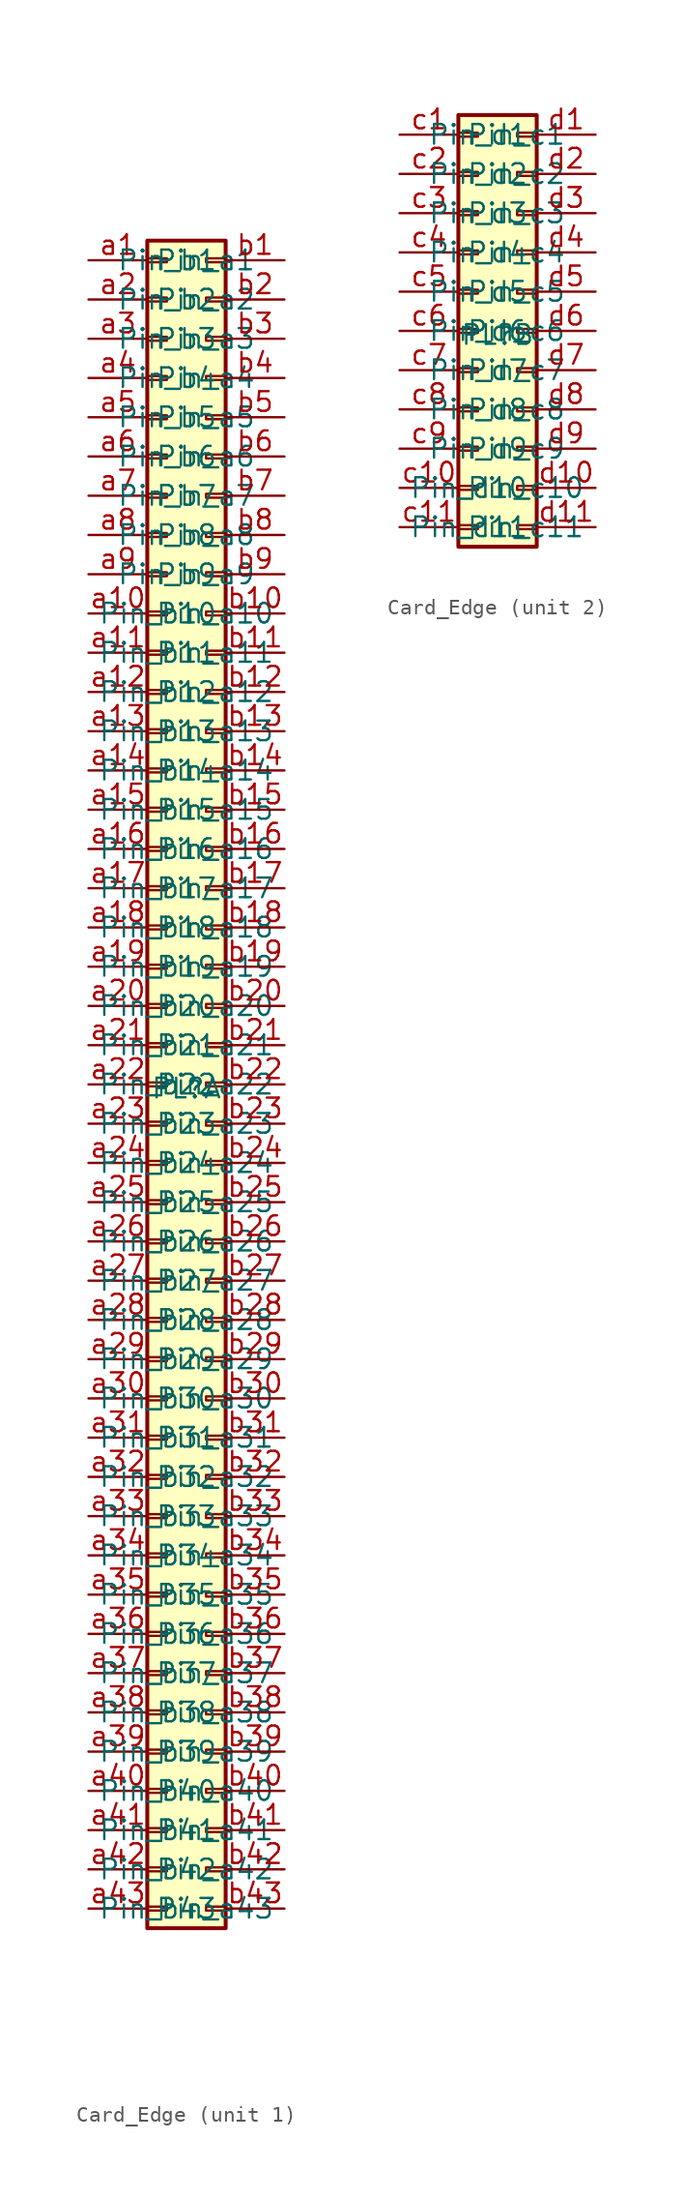
<source format=kicad_sym>
(kicad_symbol_lib
  (version 20231120)
  (generator "kicad_symbol_editor")
  (generator_version "8.0")
  (symbol "Card_Edge"
    (property "Reference" "PL"
      (at 0 -0.254 0)
      (effects (font (size 1.27 1.27))))
    (property "Value" ""
      (at 0 -1.27 0)
      (effects (font (size 1.27 1.27))))
    (property "ki_locked" ""
      (at 0 0 0)
      (effects (font (size 1.27 1.27))))
    (symbol "Card_Edge_1_1"
      (rectangle (start -2.54 -53.213) (end -1.27 -53.467) (stroke (width 0.152) (type default)) (fill (type none)))
      (rectangle (start -2.54 -50.673) (end -1.27 -50.927) (stroke (width 0.152) (type default)) (fill (type none)))
      (rectangle (start -2.54 -48.133) (end -1.27 -48.387) (stroke (width 0.152) (type default)) (fill (type none)))
      (rectangle (start -2.54 -45.593) (end -1.27 -45.847) (stroke (width 0.152) (type default)) (fill (type none)))
      (rectangle (start -2.54 -43.053) (end -1.27 -43.307) (stroke (width 0.152) (type default)) (fill (type none)))
      (rectangle (start -2.54 -40.513) (end -1.27 -40.767) (stroke (width 0.152) (type default)) (fill (type none)))
      (rectangle (start -2.54 -37.973) (end -1.27 -38.227) (stroke (width 0.152) (type default)) (fill (type none)))
      (rectangle (start -2.54 -35.433) (end -1.27 -35.687) (stroke (width 0.152) (type default)) (fill (type none)))
      (rectangle (start -2.54 -32.893) (end -1.27 -33.147) (stroke (width 0.152) (type default)) (fill (type none)))
      (rectangle (start -2.54 -30.353) (end -1.27 -30.607) (stroke (width 0.152) (type default)) (fill (type none)))
      (rectangle (start -2.54 -27.813) (end -1.27 -28.067) (stroke (width 0.152) (type default)) (fill (type none)))
      (rectangle (start -2.54 -25.273) (end -1.27 -25.527) (stroke (width 0.152) (type default)) (fill (type none)))
      (rectangle (start -2.54 -22.733) (end -1.27 -22.987) (stroke (width 0.152) (type default)) (fill (type none)))
      (rectangle (start -2.54 -20.193) (end -1.27 -20.447) (stroke (width 0.152) (type default)) (fill (type none)))
      (rectangle (start -2.54 -17.653) (end -1.27 -17.907) (stroke (width 0.152) (type default)) (fill (type none)))
      (rectangle (start -2.54 -15.113) (end -1.27 -15.367) (stroke (width 0.152) (type default)) (fill (type none)))
      (rectangle (start -2.54 -12.573) (end -1.27 -12.827) (stroke (width 0.152) (type default)) (fill (type none)))
      (rectangle (start -2.54 -10.033) (end -1.27 -10.287) (stroke (width 0.152) (type default)) (fill (type none)))
      (rectangle (start -2.54 -7.493) (end -1.27 -7.747) (stroke (width 0.152) (type default)) (fill (type none)))
      (rectangle (start -2.54 -4.953) (end -1.27 -5.207) (stroke (width 0.152) (type default)) (fill (type none)))
      (rectangle (start -2.54 -2.413) (end -1.27 -2.667) (stroke (width 0.152) (type default)) (fill (type none)))
      (rectangle (start -2.54 0.127) (end -1.27 -0.127) (stroke (width 0.152) (type default)) (fill (type none)))
      (rectangle (start -2.54 2.667) (end -1.27 2.413) (stroke (width 0.152) (type default)) (fill (type none)))
      (rectangle (start -2.54 5.207) (end -1.27 4.953) (stroke (width 0.152) (type default)) (fill (type none)))
      (rectangle (start -2.54 7.747) (end -1.27 7.493) (stroke (width 0.152) (type default)) (fill (type none)))
      (rectangle (start -2.54 10.287) (end -1.27 10.033) (stroke (width 0.152) (type default)) (fill (type none)))
      (rectangle (start -2.54 12.827) (end -1.27 12.573) (stroke (width 0.152) (type default)) (fill (type none)))
      (rectangle (start -2.54 15.367) (end -1.27 15.113) (stroke (width 0.152) (type default)) (fill (type none)))
      (rectangle (start -2.54 17.907) (end -1.27 17.653) (stroke (width 0.152) (type default)) (fill (type none)))
      (rectangle (start -2.54 20.447) (end -1.27 20.193) (stroke (width 0.152) (type default)) (fill (type none)))
      (rectangle (start -2.54 22.987) (end -1.27 22.733) (stroke (width 0.152) (type default)) (fill (type none)))
      (rectangle (start -2.54 25.527) (end -1.27 25.273) (stroke (width 0.152) (type default)) (fill (type none)))
      (rectangle (start -2.54 28.067) (end -1.27 27.813) (stroke (width 0.152) (type default)) (fill (type none)))
      (rectangle (start -2.54 30.607) (end -1.27 30.353) (stroke (width 0.152) (type default)) (fill (type none)))
      (rectangle (start -2.54 33.147) (end -1.27 32.893) (stroke (width 0.152) (type default)) (fill (type none)))
      (rectangle (start -2.54 35.687) (end -1.27 35.433) (stroke (width 0.152) (type default)) (fill (type none)))
      (rectangle (start -2.54 38.227) (end -1.27 37.973) (stroke (width 0.152) (type default)) (fill (type none)))
      (rectangle (start -2.54 40.767) (end -1.27 40.513) (stroke (width 0.152) (type default)) (fill (type none)))
      (rectangle (start -2.54 43.307) (end -1.27 43.053) (stroke (width 0.152) (type default)) (fill (type none)))
      (rectangle (start -2.54 45.847) (end -1.27 45.593) (stroke (width 0.152) (type default)) (fill (type none)))
      (rectangle (start -2.54 48.387) (end -1.27 48.133) (stroke (width 0.152) (type default)) (fill (type none)))
      (rectangle (start -2.54 50.927) (end -1.27 50.673) (stroke (width 0.152) (type default)) (fill (type none)))
      (rectangle (start -2.54 53.467) (end -1.27 53.213) (stroke (width 0.152) (type default)) (fill (type none)))
      (rectangle (start -2.54 54.61) (end 2.54 -54.61) (stroke (width 0.254) (type default)) (fill (type background)))
      (rectangle (start 2.54 -53.213) (end 1.27 -53.467) (stroke (width 0.152) (type default)) (fill (type none)))
      (rectangle (start 2.54 -50.673) (end 1.27 -50.927) (stroke (width 0.152) (type default)) (fill (type none)))
      (rectangle (start 2.54 -48.133) (end 1.27 -48.387) (stroke (width 0.152) (type default)) (fill (type none)))
      (rectangle (start 2.54 -45.593) (end 1.27 -45.847) (stroke (width 0.152) (type default)) (fill (type none)))
      (rectangle (start 2.54 -43.053) (end 1.27 -43.307) (stroke (width 0.152) (type default)) (fill (type none)))
      (rectangle (start 2.54 -40.513) (end 1.27 -40.767) (stroke (width 0.152) (type default)) (fill (type none)))
      (rectangle (start 2.54 -37.973) (end 1.27 -38.227) (stroke (width 0.152) (type default)) (fill (type none)))
      (rectangle (start 2.54 -35.433) (end 1.27 -35.687) (stroke (width 0.152) (type default)) (fill (type none)))
      (rectangle (start 2.54 -32.893) (end 1.27 -33.147) (stroke (width 0.152) (type default)) (fill (type none)))
      (rectangle (start 2.54 -30.353) (end 1.27 -30.607) (stroke (width 0.152) (type default)) (fill (type none)))
      (rectangle (start 2.54 -27.813) (end 1.27 -28.067) (stroke (width 0.152) (type default)) (fill (type none)))
      (rectangle (start 2.54 -25.273) (end 1.27 -25.527) (stroke (width 0.152) (type default)) (fill (type none)))
      (rectangle (start 2.54 -22.733) (end 1.27 -22.987) (stroke (width 0.152) (type default)) (fill (type none)))
      (rectangle (start 2.54 -20.193) (end 1.27 -20.447) (stroke (width 0.152) (type default)) (fill (type none)))
      (rectangle (start 2.54 -17.653) (end 1.27 -17.907) (stroke (width 0.152) (type default)) (fill (type none)))
      (rectangle (start 2.54 -15.113) (end 1.27 -15.367) (stroke (width 0.152) (type default)) (fill (type none)))
      (rectangle (start 2.54 -12.573) (end 1.27 -12.827) (stroke (width 0.152) (type default)) (fill (type none)))
      (rectangle (start 2.54 -10.033) (end 1.27 -10.287) (stroke (width 0.152) (type default)) (fill (type none)))
      (rectangle (start 2.54 -7.493) (end 1.27 -7.747) (stroke (width 0.152) (type default)) (fill (type none)))
      (rectangle (start 2.54 -4.953) (end 1.27 -5.207) (stroke (width 0.152) (type default)) (fill (type none)))
      (rectangle (start 2.54 -2.413) (end 1.27 -2.667) (stroke (width 0.152) (type default)) (fill (type none)))
      (rectangle (start 2.54 0.127) (end 1.27 -0.127) (stroke (width 0.152) (type default)) (fill (type none)))
      (rectangle (start 2.54 2.667) (end 1.27 2.413) (stroke (width 0.152) (type default)) (fill (type none)))
      (rectangle (start 2.54 5.207) (end 1.27 4.953) (stroke (width 0.152) (type default)) (fill (type none)))
      (rectangle (start 2.54 7.747) (end 1.27 7.493) (stroke (width 0.152) (type default)) (fill (type none)))
      (rectangle (start 2.54 10.287) (end 1.27 10.033) (stroke (width 0.152) (type default)) (fill (type none)))
      (rectangle (start 2.54 12.827) (end 1.27 12.573) (stroke (width 0.152) (type default)) (fill (type none)))
      (rectangle (start 2.54 15.367) (end 1.27 15.113) (stroke (width 0.152) (type default)) (fill (type none)))
      (rectangle (start 2.54 17.907) (end 1.27 17.653) (stroke (width 0.152) (type default)) (fill (type none)))
      (rectangle (start 2.54 20.447) (end 1.27 20.193) (stroke (width 0.152) (type default)) (fill (type none)))
      (rectangle (start 2.54 22.987) (end 1.27 22.733) (stroke (width 0.152) (type default)) (fill (type none)))
      (rectangle (start 2.54 25.527) (end 1.27 25.273) (stroke (width 0.152) (type default)) (fill (type none)))
      (rectangle (start 2.54 28.067) (end 1.27 27.813) (stroke (width 0.152) (type default)) (fill (type none)))
      (rectangle (start 2.54 30.607) (end 1.27 30.353) (stroke (width 0.152) (type default)) (fill (type none)))
      (rectangle (start 2.54 33.147) (end 1.27 32.893) (stroke (width 0.152) (type default)) (fill (type none)))
      (rectangle (start 2.54 35.687) (end 1.27 35.433) (stroke (width 0.152) (type default)) (fill (type none)))
      (rectangle (start 2.54 38.227) (end 1.27 37.973) (stroke (width 0.152) (type default)) (fill (type none)))
      (rectangle (start 2.54 40.767) (end 1.27 40.513) (stroke (width 0.152) (type default)) (fill (type none)))
      (rectangle (start 2.54 43.307) (end 1.27 43.053) (stroke (width 0.152) (type default)) (fill (type none)))
      (rectangle (start 2.54 45.847) (end 1.27 45.593) (stroke (width 0.152) (type default)) (fill (type none)))
      (rectangle (start 2.54 48.387) (end 1.27 48.133) (stroke (width 0.152) (type default)) (fill (type none)))
      (rectangle (start 2.54 50.927) (end 1.27 50.673) (stroke (width 0.152) (type default)) (fill (type none)))
      (rectangle (start 2.54 53.467) (end 1.27 53.213) (stroke (width 0.152) (type default)) (fill (type none)))
      (pin passive line (at -6.35 53.34 0) (length 3.81) (name "Pin_a1" (effects (font (size 1.27 1.27)))) (number "a1" (effects (font (size 1.27 1.27)))))
      (pin passive line (at -6.35 30.48 0) (length 3.81) (name "Pin_a10" (effects (font (size 1.27 1.27)))) (number "a10" (effects (font (size 1.27 1.27)))))
      (pin passive line (at -6.35 27.94 0) (length 3.81) (name "Pin_a11" (effects (font (size 1.27 1.27)))) (number "a11" (effects (font (size 1.27 1.27)))))
      (pin passive line (at -6.35 25.4 0) (length 3.81) (name "Pin_a12" (effects (font (size 1.27 1.27)))) (number "a12" (effects (font (size 1.27 1.27)))))
      (pin passive line (at -6.35 22.86 0) (length 3.81) (name "Pin_a13" (effects (font (size 1.27 1.27)))) (number "a13" (effects (font (size 1.27 1.27)))))
      (pin passive line (at -6.35 20.32 0) (length 3.81) (name "Pin_a14" (effects (font (size 1.27 1.27)))) (number "a14" (effects (font (size 1.27 1.27)))))
      (pin passive line (at -6.35 17.78 0) (length 3.81) (name "Pin_a15" (effects (font (size 1.27 1.27)))) (number "a15" (effects (font (size 1.27 1.27)))))
      (pin passive line (at -6.35 15.24 0) (length 3.81) (name "Pin_a16" (effects (font (size 1.27 1.27)))) (number "a16" (effects (font (size 1.27 1.27)))))
      (pin passive line (at -6.35 12.7 0) (length 3.81) (name "Pin_a17" (effects (font (size 1.27 1.27)))) (number "a17" (effects (font (size 1.27 1.27)))))
      (pin passive line (at -6.35 10.16 0) (length 3.81) (name "Pin_a18" (effects (font (size 1.27 1.27)))) (number "a18" (effects (font (size 1.27 1.27)))))
      (pin passive line (at -6.35 7.62 0) (length 3.81) (name "Pin_a19" (effects (font (size 1.27 1.27)))) (number "a19" (effects (font (size 1.27 1.27)))))
      (pin passive line (at -6.35 50.8 0) (length 3.81) (name "Pin_a2" (effects (font (size 1.27 1.27)))) (number "a2" (effects (font (size 1.27 1.27)))))
      (pin passive line (at -6.35 5.08 0) (length 3.81) (name "Pin_a20" (effects (font (size 1.27 1.27)))) (number "a20" (effects (font (size 1.27 1.27)))))
      (pin passive line (at -6.35 2.54 0) (length 3.81) (name "Pin_a21" (effects (font (size 1.27 1.27)))) (number "a21" (effects (font (size 1.27 1.27)))))
      (pin passive line (at -6.35 0 0) (length 3.81) (name "Pin_a22" (effects (font (size 1.27 1.27)))) (number "a22" (effects (font (size 1.27 1.27)))))
      (pin passive line (at -6.35 -2.54 0) (length 3.81) (name "Pin_a23" (effects (font (size 1.27 1.27)))) (number "a23" (effects (font (size 1.27 1.27)))))
      (pin passive line (at -6.35 -5.08 0) (length 3.81) (name "Pin_a24" (effects (font (size 1.27 1.27)))) (number "a24" (effects (font (size 1.27 1.27)))))
      (pin passive line (at -6.35 -7.62 0) (length 3.81) (name "Pin_a25" (effects (font (size 1.27 1.27)))) (number "a25" (effects (font (size 1.27 1.27)))))
      (pin passive line (at -6.35 -10.16 0) (length 3.81) (name "Pin_a26" (effects (font (size 1.27 1.27)))) (number "a26" (effects (font (size 1.27 1.27)))))
      (pin passive line (at -6.35 -12.7 0) (length 3.81) (name "Pin_a27" (effects (font (size 1.27 1.27)))) (number "a27" (effects (font (size 1.27 1.27)))))
      (pin passive line (at -6.35 -15.24 0) (length 3.81) (name "Pin_a28" (effects (font (size 1.27 1.27)))) (number "a28" (effects (font (size 1.27 1.27)))))
      (pin passive line (at -6.35 -17.78 0) (length 3.81) (name "Pin_a29" (effects (font (size 1.27 1.27)))) (number "a29" (effects (font (size 1.27 1.27)))))
      (pin passive line (at -6.35 48.26 0) (length 3.81) (name "Pin_a3" (effects (font (size 1.27 1.27)))) (number "a3" (effects (font (size 1.27 1.27)))))
      (pin passive line (at -6.35 -20.32 0) (length 3.81) (name "Pin_a30" (effects (font (size 1.27 1.27)))) (number "a30" (effects (font (size 1.27 1.27)))))
      (pin passive line (at -6.35 -22.86 0) (length 3.81) (name "Pin_a31" (effects (font (size 1.27 1.27)))) (number "a31" (effects (font (size 1.27 1.27)))))
      (pin passive line (at -6.35 -25.4 0) (length 3.81) (name "Pin_a32" (effects (font (size 1.27 1.27)))) (number "a32" (effects (font (size 1.27 1.27)))))
      (pin passive line (at -6.35 -27.94 0) (length 3.81) (name "Pin_a33" (effects (font (size 1.27 1.27)))) (number "a33" (effects (font (size 1.27 1.27)))))
      (pin passive line (at -6.35 -30.48 0) (length 3.81) (name "Pin_a34" (effects (font (size 1.27 1.27)))) (number "a34" (effects (font (size 1.27 1.27)))))
      (pin passive line (at -6.35 -33.02 0) (length 3.81) (name "Pin_a35" (effects (font (size 1.27 1.27)))) (number "a35" (effects (font (size 1.27 1.27)))))
      (pin passive line (at -6.35 -35.56 0) (length 3.81) (name "Pin_a36" (effects (font (size 1.27 1.27)))) (number "a36" (effects (font (size 1.27 1.27)))))
      (pin passive line (at -6.35 -38.1 0) (length 3.81) (name "Pin_a37" (effects (font (size 1.27 1.27)))) (number "a37" (effects (font (size 1.27 1.27)))))
      (pin passive line (at -6.35 -40.64 0) (length 3.81) (name "Pin_a38" (effects (font (size 1.27 1.27)))) (number "a38" (effects (font (size 1.27 1.27)))))
      (pin passive line (at -6.35 -43.18 0) (length 3.81) (name "Pin_a39" (effects (font (size 1.27 1.27)))) (number "a39" (effects (font (size 1.27 1.27)))))
      (pin passive line (at -6.35 45.72 0) (length 3.81) (name "Pin_a4" (effects (font (size 1.27 1.27)))) (number "a4" (effects (font (size 1.27 1.27)))))
      (pin passive line (at -6.35 -45.72 0) (length 3.81) (name "Pin_a40" (effects (font (size 1.27 1.27)))) (number "a40" (effects (font (size 1.27 1.27)))))
      (pin passive line (at -6.35 -48.26 0) (length 3.81) (name "Pin_a41" (effects (font (size 1.27 1.27)))) (number "a41" (effects (font (size 1.27 1.27)))))
      (pin passive line (at -6.35 -50.8 0) (length 3.81) (name "Pin_a42" (effects (font (size 1.27 1.27)))) (number "a42" (effects (font (size 1.27 1.27)))))
      (pin passive line (at -6.35 -53.34 0) (length 3.81) (name "Pin_a43" (effects (font (size 1.27 1.27)))) (number "a43" (effects (font (size 1.27 1.27)))))
      (pin passive line (at -6.35 43.18 0) (length 3.81) (name "Pin_a5" (effects (font (size 1.27 1.27)))) (number "a5" (effects (font (size 1.27 1.27)))))
      (pin passive line (at -6.35 40.64 0) (length 3.81) (name "Pin_a6" (effects (font (size 1.27 1.27)))) (number "a6" (effects (font (size 1.27 1.27)))))
      (pin passive line (at -6.35 38.1 0) (length 3.81) (name "Pin_a7" (effects (font (size 1.27 1.27)))) (number "a7" (effects (font (size 1.27 1.27)))))
      (pin passive line (at -6.35 35.56 0) (length 3.81) (name "Pin_a8" (effects (font (size 1.27 1.27)))) (number "a8" (effects (font (size 1.27 1.27)))))
      (pin passive line (at -6.35 33.02 0) (length 3.81) (name "Pin_a9" (effects (font (size 1.27 1.27)))) (number "a9" (effects (font (size 1.27 1.27)))))
      (pin passive line (at 6.35 53.34 180) (length 3.81) (name "Pin_b1" (effects (font (size 1.27 1.27)))) (number "b1" (effects (font (size 1.27 1.27)))))
      (pin passive line (at 6.35 30.48 180) (length 3.81) (name "Pin_b10" (effects (font (size 1.27 1.27)))) (number "b10" (effects (font (size 1.27 1.27)))))
      (pin passive line (at 6.35 27.94 180) (length 3.81) (name "Pin_b11" (effects (font (size 1.27 1.27)))) (number "b11" (effects (font (size 1.27 1.27)))))
      (pin passive line (at 6.35 25.4 180) (length 3.81) (name "Pin_b12" (effects (font (size 1.27 1.27)))) (number "b12" (effects (font (size 1.27 1.27)))))
      (pin passive line (at 6.35 22.86 180) (length 3.81) (name "Pin_b13" (effects (font (size 1.27 1.27)))) (number "b13" (effects (font (size 1.27 1.27)))))
      (pin passive line (at 6.35 20.32 180) (length 3.81) (name "Pin_b14" (effects (font (size 1.27 1.27)))) (number "b14" (effects (font (size 1.27 1.27)))))
      (pin passive line (at 6.35 17.78 180) (length 3.81) (name "Pin_b15" (effects (font (size 1.27 1.27)))) (number "b15" (effects (font (size 1.27 1.27)))))
      (pin passive line (at 6.35 15.24 180) (length 3.81) (name "Pin_b16" (effects (font (size 1.27 1.27)))) (number "b16" (effects (font (size 1.27 1.27)))))
      (pin passive line (at 6.35 12.7 180) (length 3.81) (name "Pin_b17" (effects (font (size 1.27 1.27)))) (number "b17" (effects (font (size 1.27 1.27)))))
      (pin passive line (at 6.35 10.16 180) (length 3.81) (name "Pin_b18" (effects (font (size 1.27 1.27)))) (number "b18" (effects (font (size 1.27 1.27)))))
      (pin passive line (at 6.35 7.62 180) (length 3.81) (name "Pin_b19" (effects (font (size 1.27 1.27)))) (number "b19" (effects (font (size 1.27 1.27)))))
      (pin passive line (at 6.35 50.8 180) (length 3.81) (name "Pin_b2" (effects (font (size 1.27 1.27)))) (number "b2" (effects (font (size 1.27 1.27)))))
      (pin passive line (at 6.35 5.08 180) (length 3.81) (name "Pin_b20" (effects (font (size 1.27 1.27)))) (number "b20" (effects (font (size 1.27 1.27)))))
      (pin passive line (at 6.35 2.54 180) (length 3.81) (name "Pin_b21" (effects (font (size 1.27 1.27)))) (number "b21" (effects (font (size 1.27 1.27)))))
      (pin passive line (at 6.35 0 180) (length 3.81) (name "Pin_b22" (effects (font (size 1.27 1.27)))) (number "b22" (effects (font (size 1.27 1.27)))))
      (pin passive line (at 6.35 -2.54 180) (length 3.81) (name "Pin_b23" (effects (font (size 1.27 1.27)))) (number "b23" (effects (font (size 1.27 1.27)))))
      (pin passive line (at 6.35 -5.08 180) (length 3.81) (name "Pin_b24" (effects (font (size 1.27 1.27)))) (number "b24" (effects (font (size 1.27 1.27)))))
      (pin passive line (at 6.35 -7.62 180) (length 3.81) (name "Pin_b25" (effects (font (size 1.27 1.27)))) (number "b25" (effects (font (size 1.27 1.27)))))
      (pin passive line (at 6.35 -10.16 180) (length 3.81) (name "Pin_b26" (effects (font (size 1.27 1.27)))) (number "b26" (effects (font (size 1.27 1.27)))))
      (pin passive line (at 6.35 -12.7 180) (length 3.81) (name "Pin_b27" (effects (font (size 1.27 1.27)))) (number "b27" (effects (font (size 1.27 1.27)))))
      (pin passive line (at 6.35 -15.24 180) (length 3.81) (name "Pin_b28" (effects (font (size 1.27 1.27)))) (number "b28" (effects (font (size 1.27 1.27)))))
      (pin passive line (at 6.35 -17.78 180) (length 3.81) (name "Pin_b29" (effects (font (size 1.27 1.27)))) (number "b29" (effects (font (size 1.27 1.27)))))
      (pin passive line (at 6.35 48.26 180) (length 3.81) (name "Pin_b3" (effects (font (size 1.27 1.27)))) (number "b3" (effects (font (size 1.27 1.27)))))
      (pin passive line (at 6.35 -20.32 180) (length 3.81) (name "Pin_b30" (effects (font (size 1.27 1.27)))) (number "b30" (effects (font (size 1.27 1.27)))))
      (pin passive line (at 6.35 -22.86 180) (length 3.81) (name "Pin_b31" (effects (font (size 1.27 1.27)))) (number "b31" (effects (font (size 1.27 1.27)))))
      (pin passive line (at 6.35 -25.4 180) (length 3.81) (name "Pin_b32" (effects (font (size 1.27 1.27)))) (number "b32" (effects (font (size 1.27 1.27)))))
      (pin passive line (at 6.35 -27.94 180) (length 3.81) (name "Pin_b33" (effects (font (size 1.27 1.27)))) (number "b33" (effects (font (size 1.27 1.27)))))
      (pin passive line (at 6.35 -30.48 180) (length 3.81) (name "Pin_b34" (effects (font (size 1.27 1.27)))) (number "b34" (effects (font (size 1.27 1.27)))))
      (pin passive line (at 6.35 -33.02 180) (length 3.81) (name "Pin_b35" (effects (font (size 1.27 1.27)))) (number "b35" (effects (font (size 1.27 1.27)))))
      (pin passive line (at 6.35 -35.56 180) (length 3.81) (name "Pin_b36" (effects (font (size 1.27 1.27)))) (number "b36" (effects (font (size 1.27 1.27)))))
      (pin passive line (at 6.35 -38.1 180) (length 3.81) (name "Pin_b37" (effects (font (size 1.27 1.27)))) (number "b37" (effects (font (size 1.27 1.27)))))
      (pin passive line (at 6.35 -40.64 180) (length 3.81) (name "Pin_b38" (effects (font (size 1.27 1.27)))) (number "b38" (effects (font (size 1.27 1.27)))))
      (pin passive line (at 6.35 -43.18 180) (length 3.81) (name "Pin_b39" (effects (font (size 1.27 1.27)))) (number "b39" (effects (font (size 1.27 1.27)))))
      (pin passive line (at 6.35 45.72 180) (length 3.81) (name "Pin_b4" (effects (font (size 1.27 1.27)))) (number "b4" (effects (font (size 1.27 1.27)))))
      (pin passive line (at 6.35 -45.72 180) (length 3.81) (name "Pin_b40" (effects (font (size 1.27 1.27)))) (number "b40" (effects (font (size 1.27 1.27)))))
      (pin passive line (at 6.35 -48.26 180) (length 3.81) (name "Pin_b41" (effects (font (size 1.27 1.27)))) (number "b41" (effects (font (size 1.27 1.27)))))
      (pin passive line (at 6.35 -50.8 180) (length 3.81) (name "Pin_b42" (effects (font (size 1.27 1.27)))) (number "b42" (effects (font (size 1.27 1.27)))))
      (pin passive line (at 6.35 -53.34 180) (length 3.81) (name "Pin_b43" (effects (font (size 1.27 1.27)))) (number "b43" (effects (font (size 1.27 1.27)))))
      (pin passive line (at 6.35 43.18 180) (length 3.81) (name "Pin_b5" (effects (font (size 1.27 1.27)))) (number "b5" (effects (font (size 1.27 1.27)))))
      (pin passive line (at 6.35 40.64 180) (length 3.81) (name "Pin_b6" (effects (font (size 1.27 1.27)))) (number "b6" (effects (font (size 1.27 1.27)))))
      (pin passive line (at 6.35 38.1 180) (length 3.81) (name "Pin_b7" (effects (font (size 1.27 1.27)))) (number "b7" (effects (font (size 1.27 1.27)))))
      (pin passive line (at 6.35 35.56 180) (length 3.81) (name "Pin_b8" (effects (font (size 1.27 1.27)))) (number "b8" (effects (font (size 1.27 1.27)))))
      (pin passive line (at 6.35 33.02 180) (length 3.81) (name "Pin_b9" (effects (font (size 1.27 1.27)))) (number "b9" (effects (font (size 1.27 1.27))))))
    (symbol "Card_Edge_2_1"
      (rectangle (start -2.54 -12.573) (end -1.27 -12.827) (stroke (width 0.152) (type default)) (fill (type none)))
      (rectangle (start -2.54 -10.033) (end -1.27 -10.287) (stroke (width 0.152) (type default)) (fill (type none)))
      (rectangle (start -2.54 -7.493) (end -1.27 -7.747) (stroke (width 0.152) (type default)) (fill (type none)))
      (rectangle (start -2.54 -4.953) (end -1.27 -5.207) (stroke (width 0.152) (type default)) (fill (type none)))
      (rectangle (start -2.54 -2.413) (end -1.27 -2.667) (stroke (width 0.152) (type default)) (fill (type none)))
      (rectangle (start -2.54 0.127) (end -1.27 -0.127) (stroke (width 0.152) (type default)) (fill (type none)))
      (rectangle (start -2.54 2.667) (end -1.27 2.413) (stroke (width 0.152) (type default)) (fill (type none)))
      (rectangle (start -2.54 5.207) (end -1.27 4.953) (stroke (width 0.152) (type default)) (fill (type none)))
      (rectangle (start -2.54 7.747) (end -1.27 7.493) (stroke (width 0.152) (type default)) (fill (type none)))
      (rectangle (start -2.54 10.287) (end -1.27 10.033) (stroke (width 0.152) (type default)) (fill (type none)))
      (rectangle (start -2.54 12.827) (end -1.27 12.573) (stroke (width 0.152) (type default)) (fill (type none)))
      (rectangle (start -2.54 13.97) (end 2.54 -13.97) (stroke (width 0.254) (type default)) (fill (type background)))
      (rectangle (start 2.54 -12.573) (end 1.27 -12.827) (stroke (width 0.152) (type default)) (fill (type none)))
      (rectangle (start 2.54 -10.033) (end 1.27 -10.287) (stroke (width 0.152) (type default)) (fill (type none)))
      (rectangle (start 2.54 -7.493) (end 1.27 -7.747) (stroke (width 0.152) (type default)) (fill (type none)))
      (rectangle (start 2.54 -4.953) (end 1.27 -5.207) (stroke (width 0.152) (type default)) (fill (type none)))
      (rectangle (start 2.54 -2.413) (end 1.27 -2.667) (stroke (width 0.152) (type default)) (fill (type none)))
      (rectangle (start 2.54 0.127) (end 1.27 -0.127) (stroke (width 0.152) (type default)) (fill (type none)))
      (rectangle (start 2.54 2.667) (end 1.27 2.413) (stroke (width 0.152) (type default)) (fill (type none)))
      (rectangle (start 2.54 5.207) (end 1.27 4.953) (stroke (width 0.152) (type default)) (fill (type none)))
      (rectangle (start 2.54 7.747) (end 1.27 7.493) (stroke (width 0.152) (type default)) (fill (type none)))
      (rectangle (start 2.54 10.287) (end 1.27 10.033) (stroke (width 0.152) (type default)) (fill (type none)))
      (rectangle (start 2.54 12.827) (end 1.27 12.573) (stroke (width 0.152) (type default)) (fill (type none)))
      (pin passive line (at -6.35 12.7 0) (length 3.81) (name "Pin_c1" (effects (font (size 1.27 1.27)))) (number "c1" (effects (font (size 1.27 1.27)))))
      (pin passive line (at -6.35 -10.16 0) (length 3.81) (name "Pin_c10" (effects (font (size 1.27 1.27)))) (number "c10" (effects (font (size 1.27 1.27)))))
      (pin passive line (at -6.35 -12.7 0) (length 3.81) (name "Pin_c11" (effects (font (size 1.27 1.27)))) (number "c11" (effects (font (size 1.27 1.27)))))
      (pin passive line (at -6.35 10.16 0) (length 3.81) (name "Pin_c2" (effects (font (size 1.27 1.27)))) (number "c2" (effects (font (size 1.27 1.27)))))
      (pin passive line (at -6.35 7.62 0) (length 3.81) (name "Pin_c3" (effects (font (size 1.27 1.27)))) (number "c3" (effects (font (size 1.27 1.27)))))
      (pin passive line (at -6.35 5.08 0) (length 3.81) (name "Pin_c4" (effects (font (size 1.27 1.27)))) (number "c4" (effects (font (size 1.27 1.27)))))
      (pin passive line (at -6.35 2.54 0) (length 3.81) (name "Pin_c5" (effects (font (size 1.27 1.27)))) (number "c5" (effects (font (size 1.27 1.27)))))
      (pin passive line (at -6.35 0 0) (length 3.81) (name "Pin_c6" (effects (font (size 1.27 1.27)))) (number "c6" (effects (font (size 1.27 1.27)))))
      (pin passive line (at -6.35 -2.54 0) (length 3.81) (name "Pin_c7" (effects (font (size 1.27 1.27)))) (number "c7" (effects (font (size 1.27 1.27)))))
      (pin passive line (at -6.35 -5.08 0) (length 3.81) (name "Pin_c8" (effects (font (size 1.27 1.27)))) (number "c8" (effects (font (size 1.27 1.27)))))
      (pin passive line (at -6.35 -7.62 0) (length 3.81) (name "Pin_c9" (effects (font (size 1.27 1.27)))) (number "c9" (effects (font (size 1.27 1.27)))))
      (pin passive line (at 6.35 12.7 180) (length 3.81) (name "Pin_d1" (effects (font (size 1.27 1.27)))) (number "d1" (effects (font (size 1.27 1.27)))))
      (pin passive line (at 6.35 -10.16 180) (length 3.81) (name "Pin_d10" (effects (font (size 1.27 1.27)))) (number "d10" (effects (font (size 1.27 1.27)))))
      (pin passive line (at 6.35 -12.7 180) (length 3.81) (name "Pin_d11" (effects (font (size 1.27 1.27)))) (number "d11" (effects (font (size 1.27 1.27)))))
      (pin passive line (at 6.35 10.16 180) (length 3.81) (name "Pin_d2" (effects (font (size 1.27 1.27)))) (number "d2" (effects (font (size 1.27 1.27)))))
      (pin passive line (at 6.35 7.62 180) (length 3.81) (name "Pin_d3" (effects (font (size 1.27 1.27)))) (number "d3" (effects (font (size 1.27 1.27)))))
      (pin passive line (at 6.35 5.08 180) (length 3.81) (name "Pin_d4" (effects (font (size 1.27 1.27)))) (number "d4" (effects (font (size 1.27 1.27)))))
      (pin passive line (at 6.35 2.54 180) (length 3.81) (name "Pin_d5" (effects (font (size 1.27 1.27)))) (number "d5" (effects (font (size 1.27 1.27)))))
      (pin passive line (at 6.35 0 180) (length 3.81) (name "Pin_d6" (effects (font (size 1.27 1.27)))) (number "d6" (effects (font (size 1.27 1.27)))))
      (pin passive line (at 6.35 -2.54 180) (length 3.81) (name "Pin_d7" (effects (font (size 1.27 1.27)))) (number "d7" (effects (font (size 1.27 1.27)))))
      (pin passive line (at 6.35 -5.08 180) (length 3.81) (name "Pin_d8" (effects (font (size 1.27 1.27)))) (number "d8" (effects (font (size 1.27 1.27)))))
      (pin passive line (at 6.35 -7.62 180) (length 3.81) (name "Pin_d9" (effects (font (size 1.27 1.27)))) (number "d9" (effects (font (size 1.27 1.27))))))))
</source>
